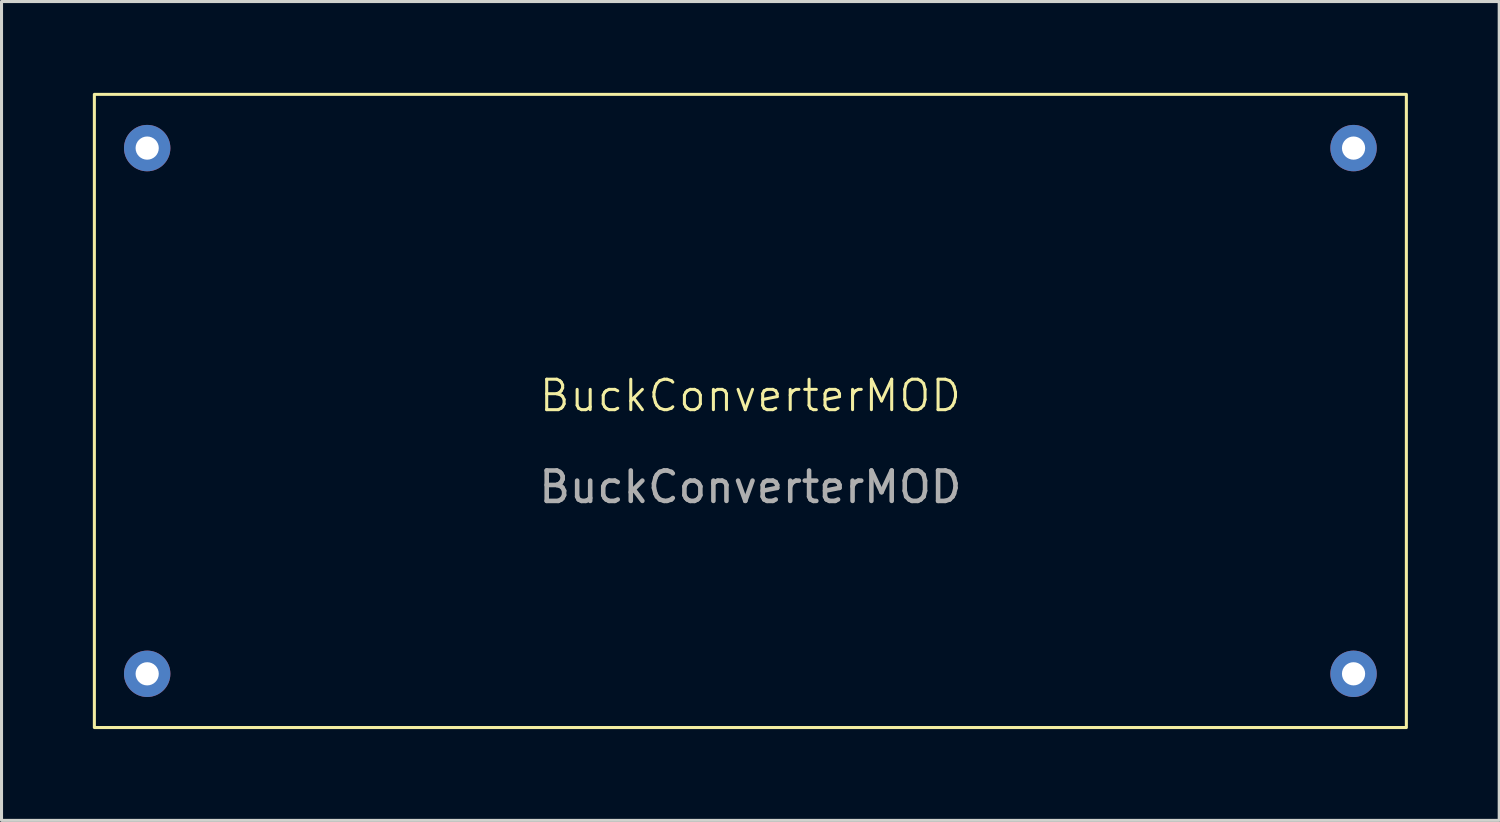
<source format=kicad_pcb>
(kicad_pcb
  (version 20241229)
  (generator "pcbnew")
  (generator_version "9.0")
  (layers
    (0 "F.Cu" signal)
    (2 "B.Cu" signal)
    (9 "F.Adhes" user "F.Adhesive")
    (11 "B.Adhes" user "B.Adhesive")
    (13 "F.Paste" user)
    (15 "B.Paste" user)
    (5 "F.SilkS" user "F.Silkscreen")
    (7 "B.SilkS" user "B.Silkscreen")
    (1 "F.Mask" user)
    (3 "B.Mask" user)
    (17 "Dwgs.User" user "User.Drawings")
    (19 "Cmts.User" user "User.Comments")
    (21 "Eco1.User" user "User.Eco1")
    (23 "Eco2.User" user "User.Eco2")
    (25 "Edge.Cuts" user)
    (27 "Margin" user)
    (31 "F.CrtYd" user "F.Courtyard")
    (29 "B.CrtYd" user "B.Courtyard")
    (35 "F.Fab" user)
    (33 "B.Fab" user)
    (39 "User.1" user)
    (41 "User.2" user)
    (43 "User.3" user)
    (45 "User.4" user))
  (footprint "BuckConverterMOD"
    (layer "F.Cu")
    (at 21.6 10.45)
    (property "Reference" "BuckConverterMOD" (at 0 -0.5 0) (unlocked yes) (layer "F.SilkS") (effects (font (size 1 1) (thickness 0.1))))
    (attr through_hole)
    (fp_rect (start -21.55 -10.4) (end 21.55 10.4) (stroke (width 0.1) (type default)) (fill no) (layer "F.SilkS"))
    (fp_text user "${REFERENCE}" (at 0 2.5 0) (unlocked yes) (layer "F.Fab") (effects (font (size 1 1) (thickness 0.15))))
    (pad "1" thru_hole circle (at -19.815 -8.635) (size 1.524 1.524) (drill 0.762) (layers "*.Cu" "*.Mask"))
    (pad "2" thru_hole circle (at -19.815 8.635) (size 1.524 1.524) (drill 0.762) (layers "*.Cu" "*.Mask"))
    (pad "3" thru_hole circle (at 19.815 8.635) (size 1.524 1.524) (drill 0.762) (layers "*.Cu" "*.Mask"))
    (pad "4" thru_hole circle (at 19.815 -8.635) (size 1.524 1.524) (drill 0.762) (layers "*.Cu" "*.Mask")))
  (gr_rect
    (start -3 -3)
    (end 46.2 23.9)
    (stroke (width 0.1) (type default))
    (fill no)
    (layer "Edge.Cuts")))
</source>
